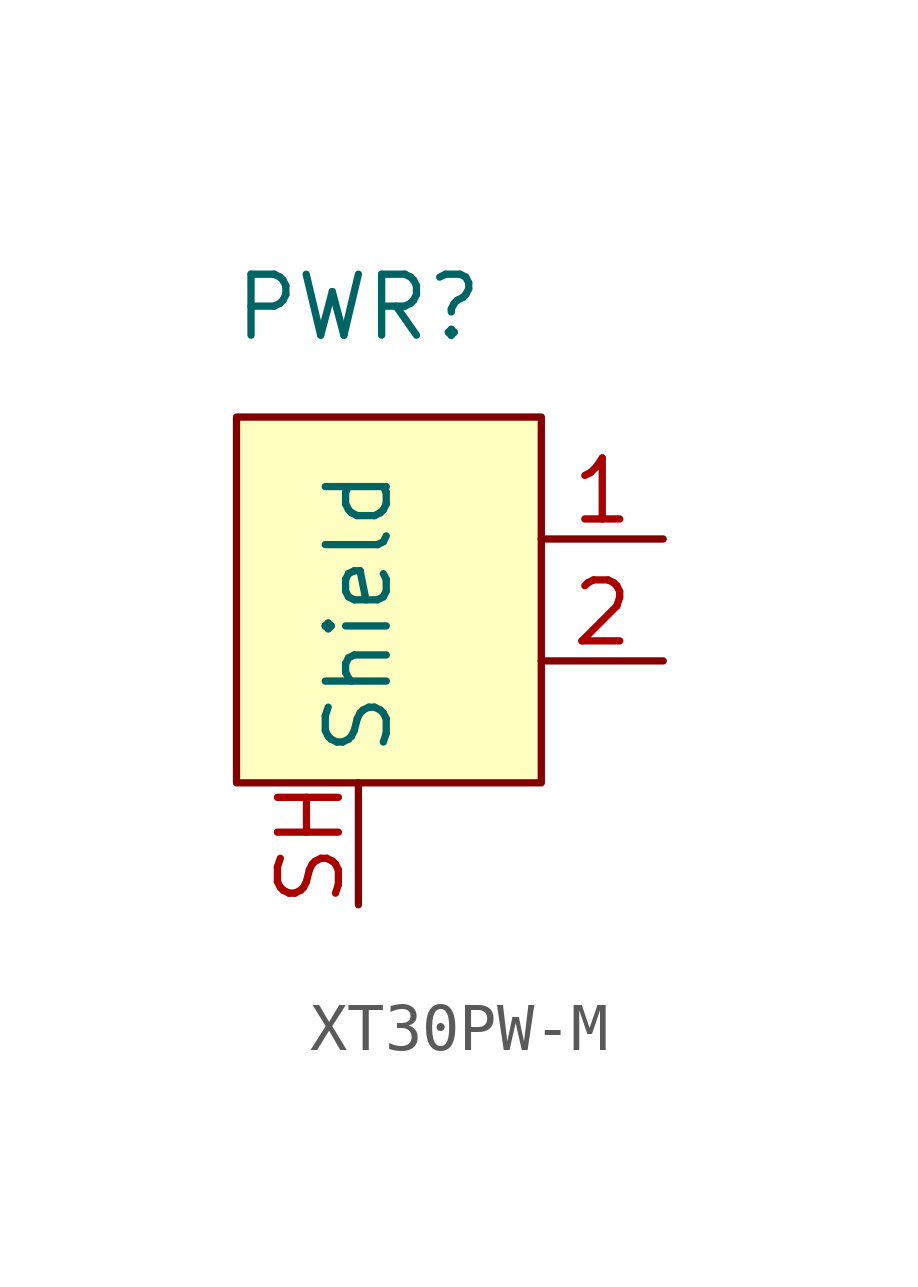
<source format=kicad_sym>
(kicad_symbol_lib
  (version 20231120)
  (generator "kicad_symbol_editor")
  (generator_version "8.0")
  (symbol "XT30PW-M"
    (property "Reference" "PWR"
      (at 0 6.096 0)
      (effects (font (size 1.27 1.27))))
    (property "Value" ""
      (at -1.27 -5.08 0)
      (effects (font (size 1.27 1.27))))
    (symbol "XT30PW-M_0_1"
      (rectangle (start -2.54 3.81) (end 3.81 -3.81) (stroke (width 0) (type default)) (fill (type background))))
    (symbol "XT30PW-M_1_1"
      (pin passive line (at 6.35 1.27 180) (length 2.54) (name "" (effects (font (size 1.27 1.27)))) (number "1" (effects (font (size 1.27 1.27)))))
      (pin passive line (at 6.35 -1.27 180) (length 2.54) (name "" (effects (font (size 1.27 1.27)))) (number "2" (effects (font (size 1.27 1.27)))))
      (pin passive line (at 0 -6.35 90) (length 2.54) (name "Shield" (effects (font (size 1.27 1.27)))) (number "SH" (effects (font (size 1.27 1.27))))))))
</source>
